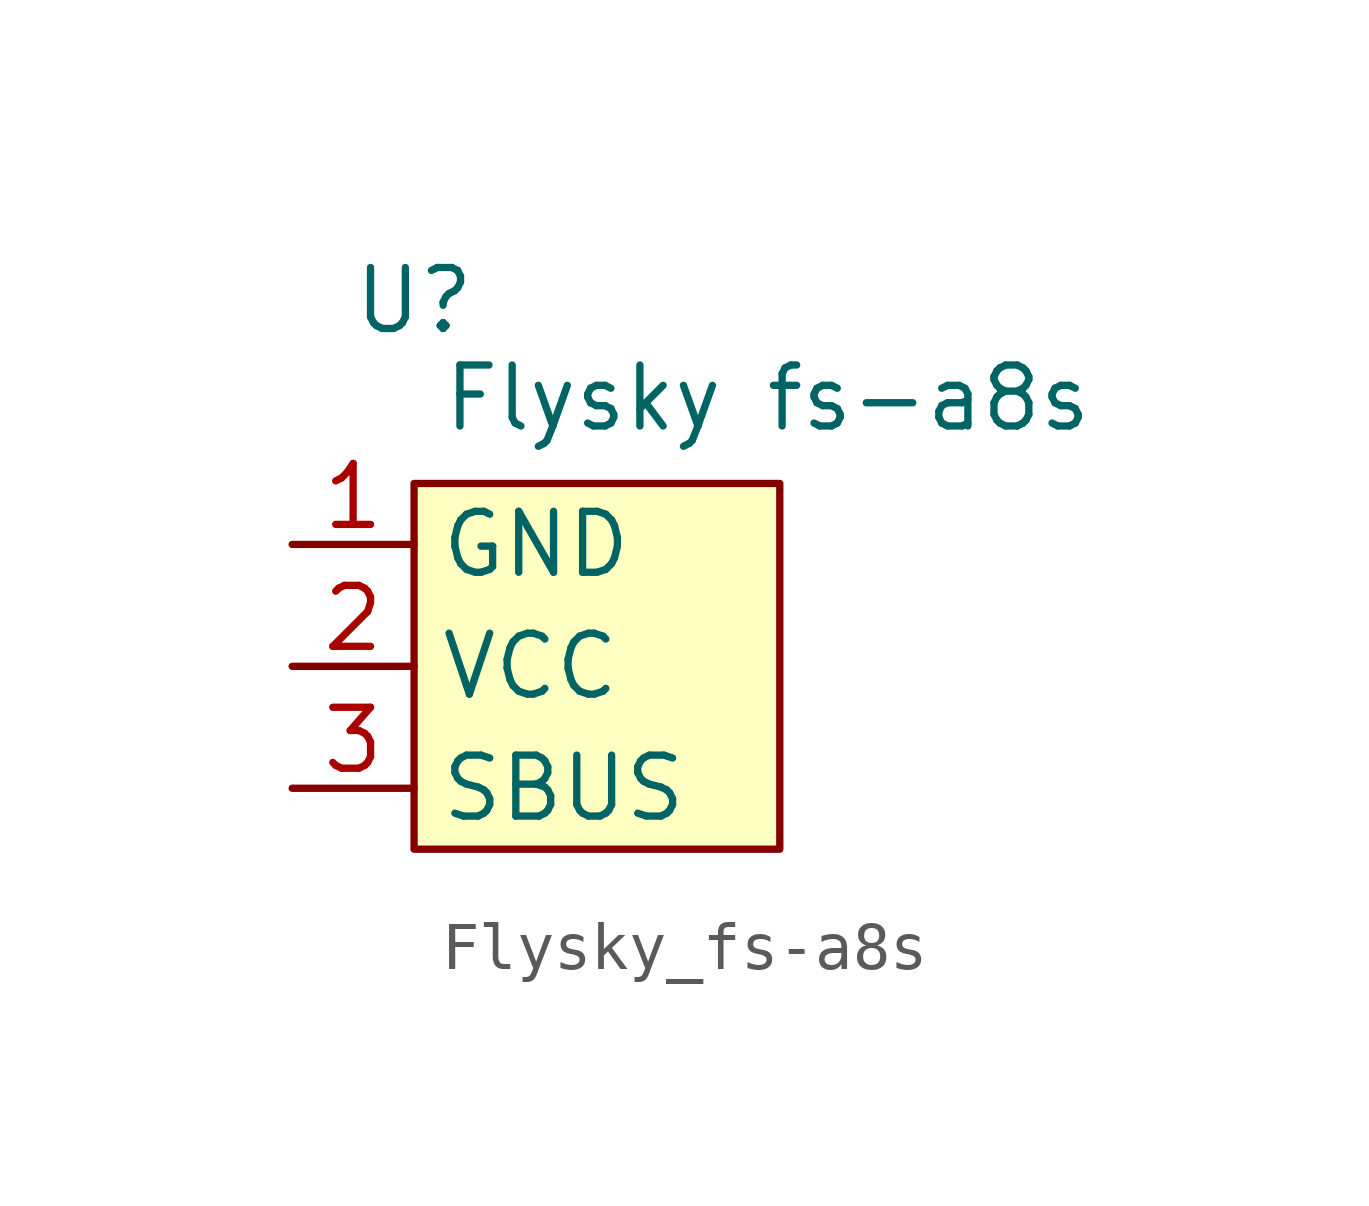
<source format=kicad_sym>
(kicad_symbol_lib
  (version 20241209)
  (generator "kicad_symbol_editor")
  (generator_version "9.0")
  (symbol "Flysky_fs-a8s"
    (property "Reference" "U"
      (at 0 0 0)
      (effects (font (size 1.27 1.27))))
    (property "Value" "Flysky fs-a8s"
      (at 7.366 -2.032 0)
      (effects (font (size 1.27 1.27))))
    (symbol "Flysky_fs-a8s_1_1"
      (rectangle (start 0 -3.81) (end 7.62 -11.43) (stroke (width 0) (type solid)) (fill (type background)))
      (pin output line (at -2.54 -5.08 0) (length 2.54) (name "GND" (effects (font (size 1.27 1.27)))) (number "1" (effects (font (size 1.27 1.27)))))
      (pin power_in line (at -2.54 -7.62 0) (length 2.54) (name "VCC" (effects (font (size 1.27 1.27)))) (number "2" (effects (font (size 1.27 1.27)))))
      (pin output line (at -2.54 -10.16 0) (length 2.54) (name "SBUS" (effects (font (size 1.27 1.27)))) (number "3" (effects (font (size 1.27 1.27))))))))
</source>
